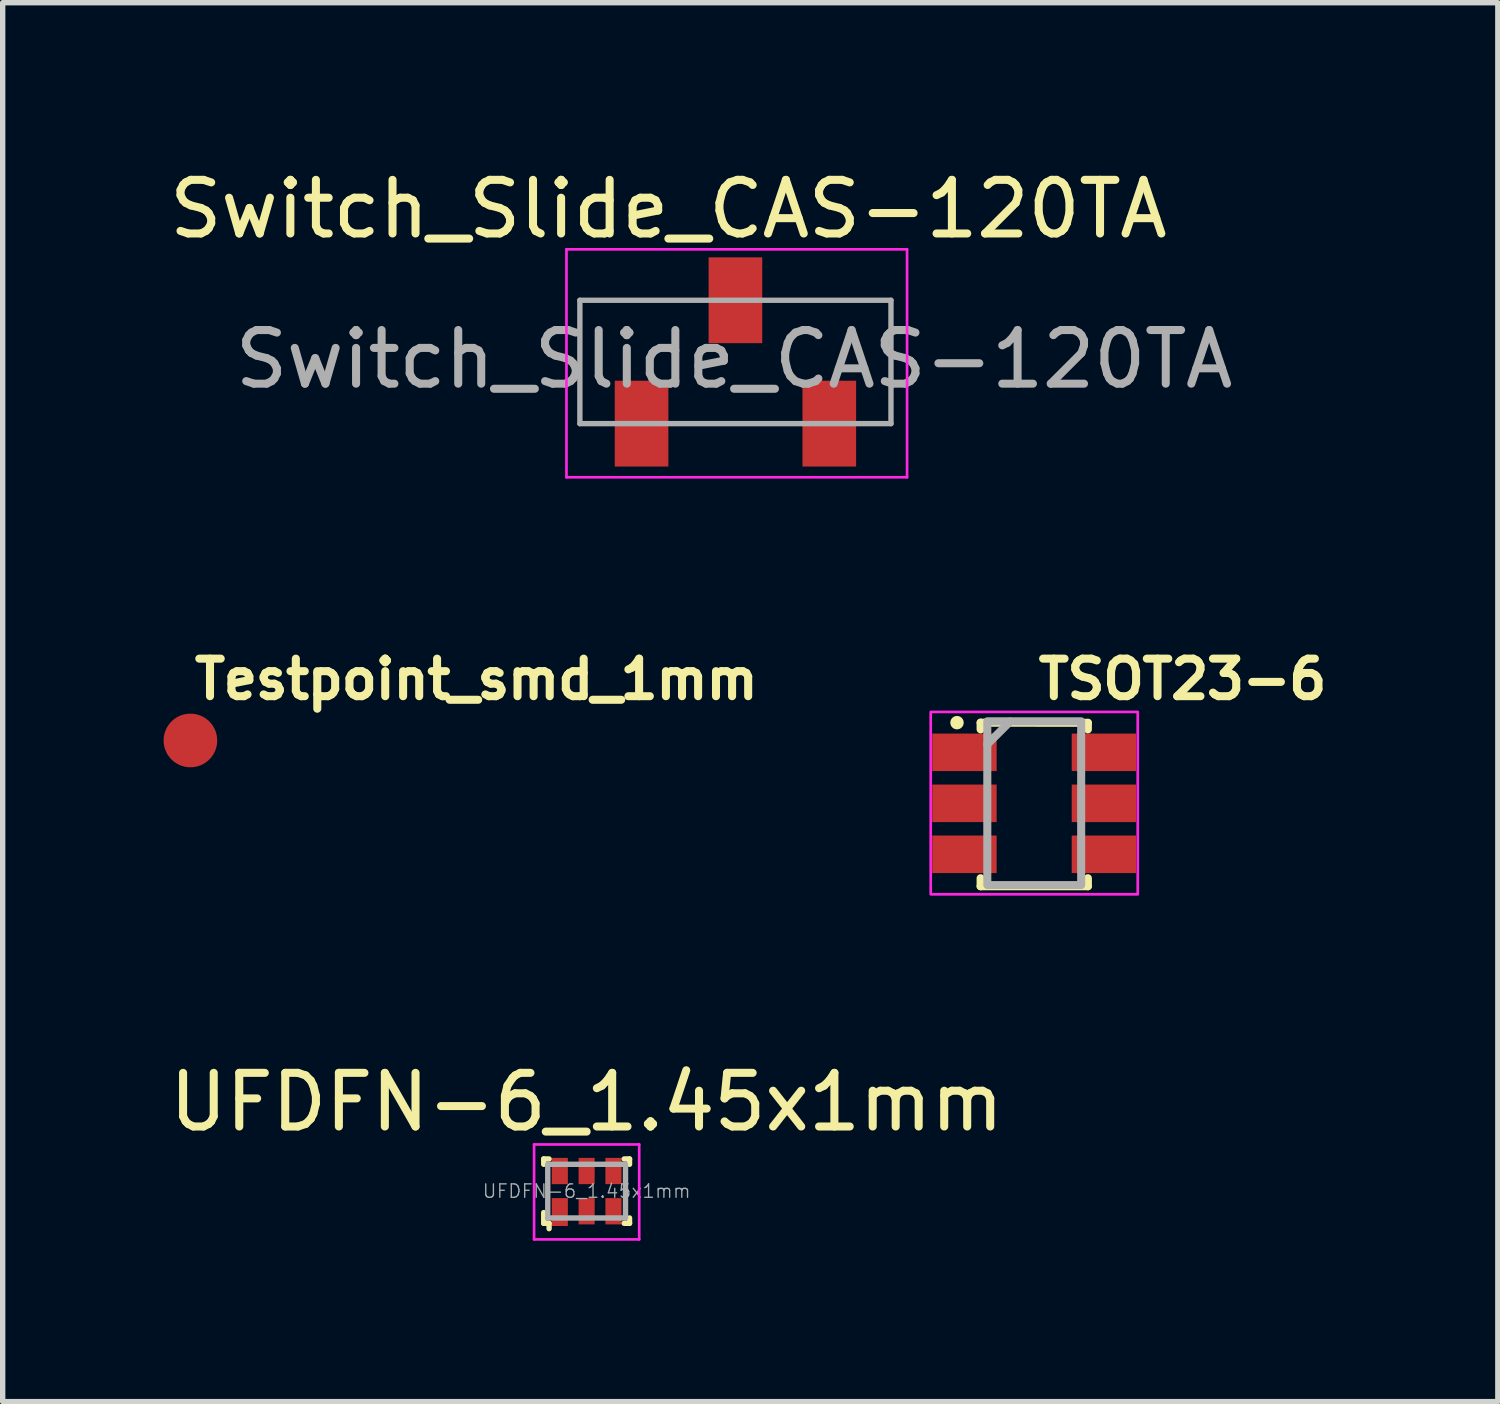
<source format=kicad_pcb>
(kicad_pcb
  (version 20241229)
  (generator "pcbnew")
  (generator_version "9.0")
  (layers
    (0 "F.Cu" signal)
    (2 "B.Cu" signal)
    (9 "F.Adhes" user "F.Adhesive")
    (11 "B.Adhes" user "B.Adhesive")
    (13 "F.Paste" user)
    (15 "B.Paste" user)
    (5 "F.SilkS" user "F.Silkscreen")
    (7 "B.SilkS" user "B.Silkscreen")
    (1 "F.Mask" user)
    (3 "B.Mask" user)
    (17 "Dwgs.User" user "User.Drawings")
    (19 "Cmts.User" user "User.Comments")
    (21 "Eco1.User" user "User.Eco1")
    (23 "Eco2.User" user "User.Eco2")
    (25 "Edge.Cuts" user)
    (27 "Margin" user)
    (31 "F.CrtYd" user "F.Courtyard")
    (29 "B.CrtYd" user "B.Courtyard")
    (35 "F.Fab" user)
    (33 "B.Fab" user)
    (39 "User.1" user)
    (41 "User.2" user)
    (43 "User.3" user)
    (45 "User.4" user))
  (footprint "TSOT23-6"
    (layer "F.Cu")
    (at 16.232 11.923)
    (property "Reference" "TSOT23-6" (at 0 -1.9 0) (layer "F.SilkS") (effects (font (size 0.7 0.7) (thickness 0.15)) (justify left bottom)))
    (attr smd)
    (fp_line (start -1 -1.5) (end -1 -1.375) (stroke (width 0.15) (type solid)) (layer "F.SilkS"))
    (fp_line (start -1 1.55) (end -1 1.4) (stroke (width 0.15) (type solid)) (layer "F.SilkS"))
    (fp_line (start 1 -1.497) (end -1 -1.5) (stroke (width 0.15) (type solid)) (layer "F.SilkS"))
    (fp_line (start 1 -1.497) (end 1 -1.375) (stroke (width 0.15) (type solid)) (layer "F.SilkS"))
    (fp_line (start 1 1.55) (end -1 1.55) (stroke (width 0.15) (type solid)) (layer "F.SilkS"))
    (fp_line (start 1 1.55) (end 1 1.4) (stroke (width 0.15) (type solid)) (layer "F.SilkS"))
    (fp_circle (center -1.44 -1.5) (end -1.39 -1.5) (stroke (width 0.15) (type solid)) (fill yes) (layer "F.SilkS"))
    (fp_rect (start 1.93 -1.7) (end -1.93 1.7) (stroke (width 0.05) (type solid)) (fill no) (layer "F.CrtYd"))
    (fp_line (start -0.45 -1.521) (end -0.876 -1.096) (stroke (width 0.15) (type solid)) (layer "F.Fab"))
    (fp_rect (start 0.875 1.528) (end -0.875 -1.525) (stroke (width 0.15) (type solid)) (fill no) (layer "F.Fab"))
    (fp_rect (start 1.23 -1.397) (end -1.23 1.396) (stroke (width 0.15) (type solid)) (fill no) (layer "User.5"))
    (fp_line (start -1.197 -0.724) (end -1.197 -1.182) (stroke (width 0.01) (type solid)) (layer "User.9"))
    (fp_line (start -1.197 0.228) (end -1.197 -0.229) (stroke (width 0.01) (type solid)) (layer "User.9"))
    (fp_line (start -1.197 1.181) (end -1.197 0.723) (stroke (width 0.01) (type solid)) (layer "User.9"))
    (fp_line (start -0.994 -1.182) (end -1.197 -1.182) (stroke (width 0.01) (type solid)) (layer "User.9"))
    (fp_line (start -0.994 -0.724) (end -1.197 -0.724) (stroke (width 0.01) (type solid)) (layer "User.9"))
    (fp_line (start -0.994 -0.229) (end -1.197 -0.229) (stroke (width 0.01) (type solid)) (layer "User.9"))
    (fp_line (start -0.994 0.228) (end -1.197 0.228) (stroke (width 0.01) (type solid)) (layer "User.9"))
    (fp_line (start -0.994 0.723) (end -1.197 0.723) (stroke (width 0.01) (type solid)) (layer "User.9"))
    (fp_line (start -0.994 1.181) (end -1.197 1.181) (stroke (width 0.01) (type solid)) (layer "User.9"))
    (fp_line (start -0.918 -1.182) (end -0.994 -1.182) (stroke (width 0.01) (type solid)) (layer "User.9"))
    (fp_line (start -0.918 -0.724) (end -0.994 -0.724) (stroke (width 0.01) (type solid)) (layer "User.9"))
    (fp_line (start -0.918 -0.724) (end -0.918 -1.182) (stroke (width 0.01) (type solid)) (layer "User.9"))
    (fp_line (start -0.918 -0.229) (end -0.994 -0.229) (stroke (width 0.01) (type solid)) (layer "User.9"))
    (fp_line (start -0.918 0.228) (end -0.994 0.228) (stroke (width 0.01) (type solid)) (layer "User.9"))
    (fp_line (start -0.918 0.228) (end -0.918 -0.229) (stroke (width 0.01) (type solid)) (layer "User.9"))
    (fp_line (start -0.918 0.723) (end -0.994 0.723) (stroke (width 0.01) (type solid)) (layer "User.9"))
    (fp_line (start -0.918 1.181) (end -0.994 1.181) (stroke (width 0.01) (type solid)) (layer "User.9"))
    (fp_line (start -0.918 1.181) (end -0.918 0.723) (stroke (width 0.01) (type solid)) (layer "User.9"))
    (fp_line (start -0.638 -1.182) (end -0.918 -1.182) (stroke (width 0.01) (type solid)) (layer "User.9"))
    (fp_line (start -0.638 -0.724) (end -0.918 -0.724) (stroke (width 0.01) (type solid)) (layer "User.9"))
    (fp_line (start -0.638 -0.229) (end -0.918 -0.229) (stroke (width 0.01) (type solid)) (layer "User.9"))
    (fp_line (start -0.638 0.228) (end -0.918 0.228) (stroke (width 0.01) (type solid)) (layer "User.9"))
    (fp_line (start -0.638 0.723) (end -0.918 0.723) (stroke (width 0.01) (type solid)) (layer "User.9"))
    (fp_line (start -0.638 1.181) (end -0.918 1.181) (stroke (width 0.01) (type solid)) (layer "User.9"))
    (fp_line (start -0.626 -1.397) (end -0.441 -1.213) (stroke (width 0.01) (type solid)) (layer "User.9"))
    (fp_line (start -0.626 -1.397) (end 0.644 -1.397) (stroke (width 0.01) (type solid)) (layer "User.9"))
    (fp_line (start -0.626 -1.182) (end -0.626 -1.397) (stroke (width 0.01) (type solid)) (layer "User.9"))
    (fp_line (start -0.626 -0.229) (end -0.626 -0.724) (stroke (width 0.01) (type solid)) (layer "User.9"))
    (fp_line (start -0.626 0.723) (end -0.626 0.228) (stroke (width 0.01) (type solid)) (layer "User.9"))
    (fp_line (start -0.626 1.396) (end -0.626 1.181) (stroke (width 0.01) (type solid)) (layer "User.9"))
    (fp_line (start -0.626 1.396) (end -0.441 1.212) (stroke (width 0.01) (type solid)) (layer "User.9"))
    (fp_line (start -0.616 -1.182) (end -0.638 -1.182) (stroke (width 0.01) (type solid)) (layer "User.9"))
    (fp_line (start -0.616 -1.182) (end -0.616 -0.724) (stroke (width 0.01) (type solid)) (layer "User.9"))
    (fp_line (start -0.616 -0.724) (end -0.638 -0.724) (stroke (width 0.01) (type solid)) (layer "User.9"))
    (fp_line (start -0.616 -0.229) (end -0.638 -0.229) (stroke (width 0.01) (type solid)) (layer "User.9"))
    (fp_line (start -0.616 -0.229) (end -0.616 0.228) (stroke (width 0.01) (type solid)) (layer "User.9"))
    (fp_line (start -0.616 0.228) (end -0.638 0.228) (stroke (width 0.01) (type solid)) (layer "User.9"))
    (fp_line (start -0.616 0.723) (end -0.638 0.723) (stroke (width 0.01) (type solid)) (layer "User.9"))
    (fp_line (start -0.616 0.723) (end -0.616 1.181) (stroke (width 0.01) (type solid)) (layer "User.9"))
    (fp_line (start -0.616 1.181) (end -0.638 1.181) (stroke (width 0.01) (type solid)) (layer "User.9"))
    (fp_line (start -0.441 -1.213) (end -0.441 1.212) (stroke (width 0.01) (type solid)) (layer "User.9"))
    (fp_line (start -0.441 1.212) (end 0.46 1.212) (stroke (width 0.01) (type solid)) (layer "User.9"))
    (fp_line (start 0.46 -1.213) (end -0.441 -1.213) (stroke (width 0.01) (type solid)) (layer "User.9"))
    (fp_line (start 0.46 -1.213) (end 0.644 -1.397) (stroke (width 0.01) (type solid)) (layer "User.9"))
    (fp_line (start 0.46 1.212) (end 0.46 -1.213) (stroke (width 0.01) (type solid)) (layer "User.9"))
    (fp_line (start 0.46 1.212) (end 0.644 1.396) (stroke (width 0.01) (type solid)) (layer "User.9"))
    (fp_line (start 0.635 -1.182) (end 0.67 -1.182) (stroke (width 0.01) (type solid)) (layer "User.9"))
    (fp_line (start 0.635 -0.724) (end 0.635 -1.182) (stroke (width 0.01) (type solid)) (layer "User.9"))
    (fp_line (start 0.635 -0.724) (end 0.67 -0.724) (stroke (width 0.01) (type solid)) (layer "User.9"))
    (fp_line (start 0.635 -0.229) (end 0.67 -0.229) (stroke (width 0.01) (type solid)) (layer "User.9"))
    (fp_line (start 0.635 0.228) (end 0.635 -0.229) (stroke (width 0.01) (type solid)) (layer "User.9"))
    (fp_line (start 0.635 0.228) (end 0.67 0.228) (stroke (width 0.01) (type solid)) (layer "User.9"))
    (fp_line (start 0.635 0.723) (end 0.67 0.723) (stroke (width 0.01) (type solid)) (layer "User.9"))
    (fp_line (start 0.635 1.181) (end 0.635 0.723) (stroke (width 0.01) (type solid)) (layer "User.9"))
    (fp_line (start 0.635 1.181) (end 0.67 1.181) (stroke (width 0.01) (type solid)) (layer "User.9"))
    (fp_line (start 0.644 -1.397) (end 0.644 -1.182) (stroke (width 0.01) (type solid)) (layer "User.9"))
    (fp_line (start 0.644 -0.724) (end 0.644 -0.229) (stroke (width 0.01) (type solid)) (layer "User.9"))
    (fp_line (start 0.644 0.228) (end 0.644 0.723) (stroke (width 0.01) (type solid)) (layer "User.9"))
    (fp_line (start 0.644 1.181) (end 0.644 1.396) (stroke (width 0.01) (type solid)) (layer "User.9"))
    (fp_line (start 0.644 1.396) (end -0.626 1.396) (stroke (width 0.01) (type solid)) (layer "User.9"))
    (fp_line (start 0.67 -1.182) (end 0.949 -1.182) (stroke (width 0.01) (type solid)) (layer "User.9"))
    (fp_line (start 0.67 -0.724) (end 0.949 -0.724) (stroke (width 0.01) (type solid)) (layer "User.9"))
    (fp_line (start 0.67 -0.229) (end 0.949 -0.229) (stroke (width 0.01) (type solid)) (layer "User.9"))
    (fp_line (start 0.67 0.228) (end 0.949 0.228) (stroke (width 0.01) (type solid)) (layer "User.9"))
    (fp_line (start 0.67 0.723) (end 0.949 0.723) (stroke (width 0.01) (type solid)) (layer "User.9"))
    (fp_line (start 0.67 1.181) (end 0.949 1.181) (stroke (width 0.01) (type solid)) (layer "User.9"))
    (fp_line (start 0.949 -1.182) (end 0.949 -0.724) (stroke (width 0.01) (type solid)) (layer "User.9"))
    (fp_line (start 0.949 -1.182) (end 1.025 -1.182) (stroke (width 0.01) (type solid)) (layer "User.9"))
    (fp_line (start 0.949 -0.724) (end 1.025 -0.724) (stroke (width 0.01) (type solid)) (layer "User.9"))
    (fp_line (start 0.949 -0.229) (end 0.949 0.228) (stroke (width 0.01) (type solid)) (layer "User.9"))
    (fp_line (start 0.949 -0.229) (end 1.025 -0.229) (stroke (width 0.01) (type solid)) (layer "User.9"))
    (fp_line (start 0.949 0.228) (end 1.025 0.228) (stroke (width 0.01) (type solid)) (layer "User.9"))
    (fp_line (start 0.949 0.723) (end 0.949 1.181) (stroke (width 0.01) (type solid)) (layer "User.9"))
    (fp_line (start 0.949 0.723) (end 1.025 0.723) (stroke (width 0.01) (type solid)) (layer "User.9"))
    (fp_line (start 0.949 1.181) (end 1.025 1.181) (stroke (width 0.01) (type solid)) (layer "User.9"))
    (fp_line (start 1.025 -1.182) (end 1.229 -1.182) (stroke (width 0.01) (type solid)) (layer "User.9"))
    (fp_line (start 1.025 -0.724) (end 1.229 -0.724) (stroke (width 0.01) (type solid)) (layer "User.9"))
    (fp_line (start 1.025 -0.229) (end 1.229 -0.229) (stroke (width 0.01) (type solid)) (layer "User.9"))
    (fp_line (start 1.025 0.228) (end 1.229 0.228) (stroke (width 0.01) (type solid)) (layer "User.9"))
    (fp_line (start 1.025 0.723) (end 1.229 0.723) (stroke (width 0.01) (type solid)) (layer "User.9"))
    (fp_line (start 1.025 1.181) (end 1.229 1.181) (stroke (width 0.01) (type solid)) (layer "User.9"))
    (fp_line (start 1.229 -1.182) (end 1.229 -0.724) (stroke (width 0.01) (type solid)) (layer "User.9"))
    (fp_line (start 1.229 -0.229) (end 1.229 0.228) (stroke (width 0.01) (type solid)) (layer "User.9"))
    (fp_line (start 1.229 0.723) (end 1.229 1.181) (stroke (width 0.01) (type solid)) (layer "User.9"))
    (pad "1" smd rect (at -1.301 -0.947 270) (size 0.7 1.2) (layers "F.Cu" "F.Mask" "F.Paste"))
    (pad "2" smd rect (at -1.301 0.004 270) (size 0.7 1.2) (layers "F.Cu" "F.Mask" "F.Paste"))
    (pad "3" smd rect (at -1.301 0.954 270) (size 0.7 1.2) (layers "F.Cu" "F.Mask" "F.Paste"))
    (pad "4" smd rect (at 1.299 0.954 270) (size 0.7 1.2) (layers "F.Cu" "F.Mask" "F.Paste"))
    (pad "5" smd rect (at 1.299 0.004 270) (size 0.7 1.2) (layers "F.Cu" "F.Mask" "F.Paste"))
    (pad "6" smd rect (at 1.299 -0.947 270) (size 0.7 1.2) (layers "F.Cu" "F.Mask" "F.Paste")))
  (footprint "Switch_Slide_CAS-120TA"
    (layer "F.Cu")
    (at 10.661 3.698)
    (property "Reference" "Switch_Slide_CAS-120TA" (at -1.25 -2.85 0) (layer "F.SilkS") (effects (font (size 1 1) (thickness 0.15))))
    (attr smd)
    (fp_line (start -3.15 -2.1) (end -3.15 2.15) (stroke (width 0.05) (type solid)) (layer "F.CrtYd"))
    (fp_line (start -3.15 2.15) (end 3.2 2.15) (stroke (width 0.05) (type solid)) (layer "F.CrtYd"))
    (fp_line (start 3.2 -2.1) (end -3.15 -2.1) (stroke (width 0.05) (type solid)) (layer "F.CrtYd"))
    (fp_line (start 3.2 -2.1) (end 3.2 2.15) (stroke (width 0.05) (type solid)) (layer "F.CrtYd"))
    (fp_line (start -2.9 1.15) (end -2.9 -1.15) (stroke (width 0.1) (type solid)) (layer "F.Fab"))
    (fp_line (start -2.9 1.15) (end 2.9 1.15) (stroke (width 0.1) (type solid)) (layer "F.Fab"))
    (fp_line (start 2.9 -1.15) (end -2.9 -1.15) (stroke (width 0.1) (type solid)) (layer "F.Fab"))
    (fp_line (start 2.9 -1.15) (end 2.9 1.15) (stroke (width 0.1) (type solid)) (layer "F.Fab"))
    (fp_text user "${REFERENCE}" (at -0.025 -0.05 0) (layer "F.Fab") (effects (font (size 1 1) (thickness 0.15))))
    (pad "1" smd rect (at -1.75 1.15) (size 1 1.6) (layers "F.Cu" "F.Mask" "F.Paste"))
    (pad "2" smd rect (at 0 -1.15) (size 1 1.6) (layers "F.Cu" "F.Mask" "F.Paste"))
    (pad "3" smd rect (at 1.75 1.15) (size 1 1.6) (layers "F.Cu" "F.Mask" "F.Paste")))
  (footprint "Testpoint_smd_1mm"
    (layer "F.Cu")
    (at 0.5 10.755)
    (property "Reference" "Testpoint_smd_1mm" (at 0 -0.732 0) (layer "F.SilkS") (effects (font (size 0.7 0.7) (thickness 0.15)) (justify left bottom)))
    (attr exclude_from_pos_files exclude_from_bom)
    (pad "1" smd circle (at 0 0) (size 1 1) (layers "F.Cu" "F.Mask")))
  (footprint "UFDFN-6_1.45x1mm"
    (layer "F.Cu")
    (at 7.887 19.157)
    (property "Reference" "UFDFN-6_1.45x1mm" (at 0 -1.66 0) (layer "F.SilkS") (effects (font (size 1 1) (thickness 0.15))))
    (attr smd)
    (fp_line (start -0.8 -0.6) (end -0.8 -0.5) (stroke (width 0.1) (type solid)) (layer "F.SilkS"))
    (fp_line (start -0.8 0.4) (end -0.8 0.6) (stroke (width 0.1) (type solid)) (layer "F.SilkS"))
    (fp_line (start -0.8 0.6) (end -0.7 0.6) (stroke (width 0.1) (type solid)) (layer "F.SilkS"))
    (fp_line (start -0.7 -0.6) (end -0.8 -0.6) (stroke (width 0.1) (type solid)) (layer "F.SilkS"))
    (fp_line (start -0.7 0.6) (end -0.7 0.7) (stroke (width 0.1) (type solid)) (layer "F.SilkS"))
    (fp_line (start 0.7 -0.6) (end 0.8 -0.6) (stroke (width 0.1) (type solid)) (layer "F.SilkS"))
    (fp_line (start 0.7 0.6) (end 0.8 0.6) (stroke (width 0.1) (type solid)) (layer "F.SilkS"))
    (fp_line (start 0.8 -0.6) (end 0.8 -0.5) (stroke (width 0.1) (type solid)) (layer "F.SilkS"))
    (fp_line (start 0.8 0.6) (end 0.8 0.5) (stroke (width 0.1) (type solid)) (layer "F.SilkS"))
    (fp_line (start -0.98 -0.87) (end 0.98 -0.87) (stroke (width 0.05) (type solid)) (layer "F.CrtYd"))
    (fp_line (start -0.98 0.9) (end -0.98 -0.87) (stroke (width 0.05) (type solid)) (layer "F.CrtYd"))
    (fp_line (start -0.98 0.9) (end 0.98 0.9) (stroke (width 0.05) (type solid)) (layer "F.CrtYd"))
    (fp_line (start 0.98 0.9) (end 0.98 -0.87) (stroke (width 0.05) (type solid)) (layer "F.CrtYd"))
    (fp_line (start -0.73 0.5) (end 0.72 0.5) (stroke (width 0.1) (type solid)) (layer "F.Fab"))
    (fp_line (start -0.725 0.5) (end -0.725 -0.5) (stroke (width 0.1) (type solid)) (layer "F.Fab"))
    (fp_line (start -0.72 -0.5) (end 0.72 -0.5) (stroke (width 0.1) (type solid)) (layer "F.Fab"))
    (fp_line (start 0.725 0.5) (end 0.725 -0.5) (stroke (width 0.1) (type solid)) (layer "F.Fab"))
    (fp_text user "${REFERENCE}" (at 0 0 0) (layer "F.Fab") (effects (font (size 0.25 0.25) (thickness 0.025))))
    (pad "1" smd rect (at -0.5 0.39) (size 0.3 0.52) (layers "F.Cu" "F.Mask" "F.Paste"))
    (pad "2" smd rect (at 0 0.375) (size 0.3 0.49) (layers "F.Cu" "F.Mask" "F.Paste"))
    (pad "3" smd rect (at 0.5 0.375) (size 0.3 0.49) (layers "F.Cu" "F.Mask" "F.Paste"))
    (pad "4" smd rect (at 0.5 -0.375) (size 0.3 0.49) (layers "F.Cu" "F.Mask" "F.Paste"))
    (pad "5" smd rect (at 0 -0.375) (size 0.3 0.49) (layers "F.Cu" "F.Mask" "F.Paste"))
    (pad "6" smd rect (at -0.5 -0.375) (size 0.3 0.49) (layers "F.Cu" "F.Mask" "F.Paste")))
  (gr_rect
    (start -3 -3)
    (end 24.875 23.081)
    (stroke (width 0.1) (type default))
    (fill no)
    (layer "Edge.Cuts")))
</source>
